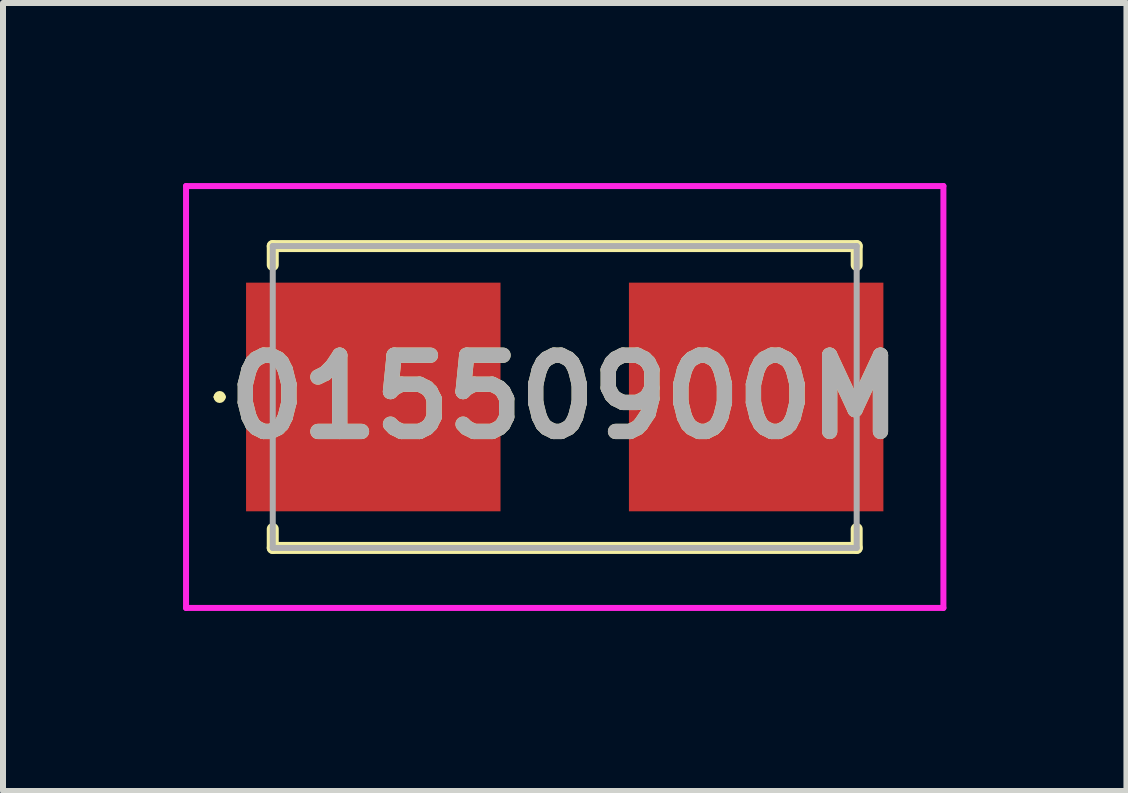
<source format=kicad_pcb>
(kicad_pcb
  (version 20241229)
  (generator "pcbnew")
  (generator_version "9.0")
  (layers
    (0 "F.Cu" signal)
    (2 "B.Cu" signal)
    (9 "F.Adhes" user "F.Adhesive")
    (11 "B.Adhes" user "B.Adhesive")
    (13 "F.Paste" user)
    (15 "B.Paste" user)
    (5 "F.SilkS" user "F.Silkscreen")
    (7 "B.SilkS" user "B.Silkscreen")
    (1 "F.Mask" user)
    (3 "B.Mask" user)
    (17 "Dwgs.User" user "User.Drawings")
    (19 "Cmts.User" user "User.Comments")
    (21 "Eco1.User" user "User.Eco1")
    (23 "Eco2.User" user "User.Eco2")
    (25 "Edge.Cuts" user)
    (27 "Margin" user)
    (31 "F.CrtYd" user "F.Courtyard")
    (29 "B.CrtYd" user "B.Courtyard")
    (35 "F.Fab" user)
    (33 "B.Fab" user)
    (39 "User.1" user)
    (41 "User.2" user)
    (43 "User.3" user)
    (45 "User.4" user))
  (footprint "01550900M"
    (layer "F.Cu")
    (at 6.36 3.565)
    (property "Reference" "01550900M" (at 0 0 0) (layer "F.SilkS") (effects (font (size 1.27 1.27) (thickness 0.254))))
    (attr smd)
    (fp_line (start -5.8 0) (end -5.8 0) (stroke (width 0.1) (type solid)) (layer "F.SilkS"))
    (fp_line (start -5.7 0) (end -5.7 0) (stroke (width 0.1) (type solid)) (layer "F.SilkS"))
    (fp_line (start -4.865 -2.515) (end 4.865 -2.515) (stroke (width 0.2) (type solid)) (layer "F.SilkS"))
    (fp_line (start -4.865 -2.2) (end -4.865 -2.515) (stroke (width 0.2) (type solid)) (layer "F.SilkS"))
    (fp_line (start -4.865 2.515) (end -4.865 2.2) (stroke (width 0.2) (type solid)) (layer "F.SilkS"))
    (fp_line (start 4.865 -2.515) (end 4.865 -2.2) (stroke (width 0.2) (type solid)) (layer "F.SilkS"))
    (fp_line (start 4.865 2.2) (end 4.865 2.515) (stroke (width 0.2) (type solid)) (layer "F.SilkS"))
    (fp_line (start 4.865 2.515) (end -4.865 2.515) (stroke (width 0.2) (type solid)) (layer "F.SilkS"))
    (fp_arc (start -5.8 0) (mid -5.75 -0.05) (end -5.7 0) (stroke (width 0.1) (type solid)) (layer "F.SilkS"))
    (fp_arc (start -5.7 0) (mid -5.75 0.05) (end -5.8 0) (stroke (width 0.1) (type solid)) (layer "F.SilkS"))
    (fp_line (start -6.31 -3.515) (end 6.31 -3.515) (stroke (width 0.1) (type solid)) (layer "F.CrtYd"))
    (fp_line (start -6.31 3.515) (end -6.31 -3.515) (stroke (width 0.1) (type solid)) (layer "F.CrtYd"))
    (fp_line (start 6.31 -3.515) (end 6.31 3.515) (stroke (width 0.1) (type solid)) (layer "F.CrtYd"))
    (fp_line (start 6.31 3.515) (end -6.31 3.515) (stroke (width 0.1) (type solid)) (layer "F.CrtYd"))
    (fp_line (start -4.865 -2.515) (end 4.865 -2.515) (stroke (width 0.1) (type solid)) (layer "F.Fab"))
    (fp_line (start -4.865 2.515) (end -4.865 -2.515) (stroke (width 0.1) (type solid)) (layer "F.Fab"))
    (fp_line (start 4.865 -2.515) (end 4.865 2.515) (stroke (width 0.1) (type solid)) (layer "F.Fab"))
    (fp_line (start 4.865 2.515) (end -4.865 2.515) (stroke (width 0.1) (type solid)) (layer "F.Fab"))
    (fp_text user "${REFERENCE}" (at 0 0 0) (layer "F.Fab") (effects (font (size 1.27 1.27) (thickness 0.254))))
    (pad "1" smd rect (at -3.19 0 90) (size 3.81 4.24) (layers "F.Cu" "F.Mask" "F.Paste"))
    (pad "2" smd rect (at 3.19 0 90) (size 3.81 4.24) (layers "F.Cu" "F.Mask" "F.Paste")))
  (gr_rect
    (start -3 -3)
    (end 15.72 10.13)
    (stroke (width 0.1) (type default))
    (fill no)
    (layer "Edge.Cuts")))
</source>
